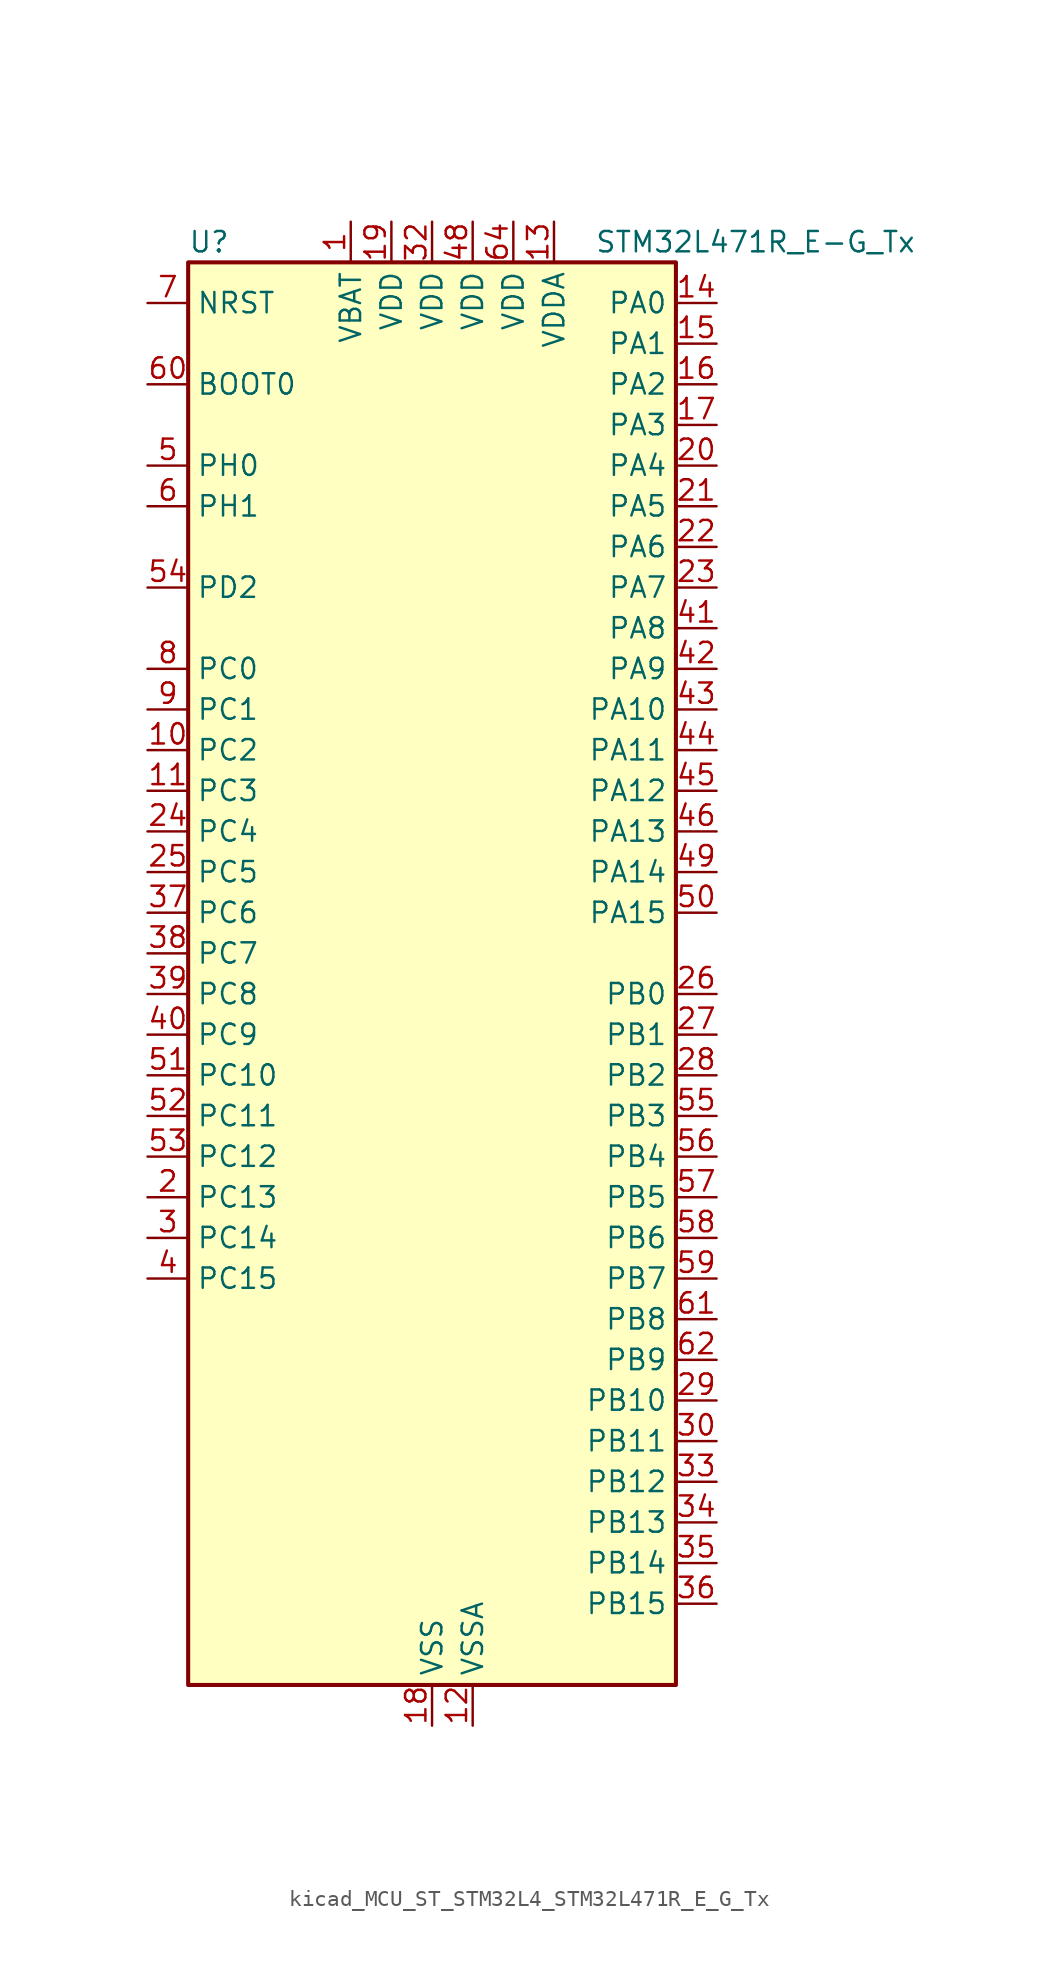
<source format=kicad_sym>
(kicad_symbol_lib
  (version 20220914)
  (generator kicad_symbol_editor)
  (symbol "kicad_MCU_ST_STM32L4_STM32L471R_E_G_Tx"
    (property "Reference" "U"
      (at -15.24 46.99 0)
      (effects (font (size 1.27 1.27)) (justify left)))
    (property "Value" "STM32L471R_E-G_Tx"
      (at 10.16 46.99 0)
      (effects (font (size 1.27 1.27)) (justify left)))
    (property "ki_locked" ""
      (at 0 0 0)
      (effects (font (size 1.27 1.27))))
    (symbol "kicad_MCU_ST_STM32L4_STM32L471R_E_G_Tx_0_1"
      (rectangle (start -15.24 -43.18) (end 15.24 45.72) (stroke (width 0.254) (type default)) (fill (type background))))
    (symbol "kicad_MCU_ST_STM32L4_STM32L471R_E_G_Tx_1_1"
      (pin power_in line (at -5.08 48.26 270) (length 2.54) (name "VBAT" (effects (font (size 1.27 1.27)))) (number "1" (effects (font (size 1.27 1.27)))))
      (pin bidirectional line (at -17.78 15.24 0) (length 2.54) (name "PC2" (effects (font (size 1.27 1.27)))) (number "10" (effects (font (size 1.27 1.27)))) (alternate "ADC1_IN3" bidirectional line) (alternate "ADC2_IN3" bidirectional line) (alternate "ADC3_IN3" bidirectional line) (alternate "DFSDM1_CKOUT" bidirectional line) (alternate "LPTIM1_IN2" bidirectional line) (alternate "SPI2_MISO" bidirectional line))
      (pin bidirectional line (at -17.78 12.7 0) (length 2.54) (name "PC3" (effects (font (size 1.27 1.27)))) (number "11" (effects (font (size 1.27 1.27)))) (alternate "ADC1_IN4" bidirectional line) (alternate "ADC2_IN4" bidirectional line) (alternate "ADC3_IN4" bidirectional line) (alternate "LPTIM1_ETR" bidirectional line) (alternate "LPTIM2_ETR" bidirectional line) (alternate "SAI1_SD_A" bidirectional line) (alternate "SPI2_MOSI" bidirectional line))
      (pin power_in line (at 2.54 -45.72 90) (length 2.54) (name "VSSA" (effects (font (size 1.27 1.27)))) (number "12" (effects (font (size 1.27 1.27)))))
      (pin power_in line (at 7.62 48.26 270) (length 2.54) (name "VDDA" (effects (font (size 1.27 1.27)))) (number "13" (effects (font (size 1.27 1.27)))))
      (pin bidirectional line (at 17.78 43.18 180) (length 2.54) (name "PA0" (effects (font (size 1.27 1.27)))) (number "14" (effects (font (size 1.27 1.27)))) (alternate "ADC1_IN5" bidirectional line) (alternate "ADC2_IN5" bidirectional line) (alternate "OPAMP1_VINP" bidirectional line) (alternate "RTC_TAMP2" bidirectional line) (alternate "SAI1_EXTCLK" bidirectional line) (alternate "SYS_WKUP1" bidirectional line) (alternate "TIM2_CH1" bidirectional line) (alternate "TIM2_ETR" bidirectional line) (alternate "TIM5_CH1" bidirectional line) (alternate "TIM8_ETR" bidirectional line) (alternate "UART4_TX" bidirectional line) (alternate "USART2_CTS" bidirectional line))
      (pin bidirectional line (at 17.78 40.64 180) (length 2.54) (name "PA1" (effects (font (size 1.27 1.27)))) (number "15" (effects (font (size 1.27 1.27)))) (alternate "ADC1_IN6" bidirectional line) (alternate "ADC2_IN6" bidirectional line) (alternate "OPAMP1_VINM" bidirectional line) (alternate "TIM15_CH1N" bidirectional line) (alternate "TIM2_CH2" bidirectional line) (alternate "TIM5_CH2" bidirectional line) (alternate "UART4_RX" bidirectional line) (alternate "USART2_DE" bidirectional line) (alternate "USART2_RTS" bidirectional line))
      (pin bidirectional line (at 17.78 38.1 180) (length 2.54) (name "PA2" (effects (font (size 1.27 1.27)))) (number "16" (effects (font (size 1.27 1.27)))) (alternate "ADC1_IN7" bidirectional line) (alternate "ADC2_IN7" bidirectional line) (alternate "RCC_LSCO" bidirectional line) (alternate "SAI2_EXTCLK" bidirectional line) (alternate "SYS_WKUP4" bidirectional line) (alternate "TIM15_CH1" bidirectional line) (alternate "TIM2_CH3" bidirectional line) (alternate "TIM5_CH3" bidirectional line) (alternate "USART2_TX" bidirectional line))
      (pin bidirectional line (at 17.78 35.56 180) (length 2.54) (name "PA3" (effects (font (size 1.27 1.27)))) (number "17" (effects (font (size 1.27 1.27)))) (alternate "ADC1_IN8" bidirectional line) (alternate "ADC2_IN8" bidirectional line) (alternate "OPAMP1_VOUT" bidirectional line) (alternate "TIM15_CH2" bidirectional line) (alternate "TIM2_CH4" bidirectional line) (alternate "TIM5_CH4" bidirectional line) (alternate "USART2_RX" bidirectional line))
      (pin power_in line (at 0 -45.72 90) (length 2.54) (name "VSS" (effects (font (size 1.27 1.27)))) (number "18" (effects (font (size 1.27 1.27)))))
      (pin power_in line (at -2.54 48.26 270) (length 2.54) (name "VDD" (effects (font (size 1.27 1.27)))) (number "19" (effects (font (size 1.27 1.27)))))
      (pin bidirectional line (at -17.78 -12.7 0) (length 2.54) (name "PC13" (effects (font (size 1.27 1.27)))) (number "2" (effects (font (size 1.27 1.27)))) (alternate "RTC_OUT_ALARM" bidirectional line) (alternate "RTC_OUT_CALIB" bidirectional line) (alternate "RTC_TAMP1" bidirectional line) (alternate "RTC_TS" bidirectional line) (alternate "SYS_WKUP2" bidirectional line))
      (pin bidirectional line (at 17.78 33.02 180) (length 2.54) (name "PA4" (effects (font (size 1.27 1.27)))) (number "20" (effects (font (size 1.27 1.27)))) (alternate "ADC1_IN9" bidirectional line) (alternate "ADC2_IN9" bidirectional line) (alternate "DAC1_OUT1" bidirectional line) (alternate "LPTIM2_OUT" bidirectional line) (alternate "SAI1_FS_B" bidirectional line) (alternate "SPI1_NSS" bidirectional line) (alternate "SPI3_NSS" bidirectional line) (alternate "USART2_CK" bidirectional line))
      (pin bidirectional line (at 17.78 30.48 180) (length 2.54) (name "PA5" (effects (font (size 1.27 1.27)))) (number "21" (effects (font (size 1.27 1.27)))) (alternate "ADC1_IN10" bidirectional line) (alternate "ADC2_IN10" bidirectional line) (alternate "DAC1_OUT2" bidirectional line) (alternate "LPTIM2_ETR" bidirectional line) (alternate "SPI1_SCK" bidirectional line) (alternate "TIM2_CH1" bidirectional line) (alternate "TIM2_ETR" bidirectional line) (alternate "TIM8_CH1N" bidirectional line))
      (pin bidirectional line (at 17.78 27.94 180) (length 2.54) (name "PA6" (effects (font (size 1.27 1.27)))) (number "22" (effects (font (size 1.27 1.27)))) (alternate "ADC1_IN11" bidirectional line) (alternate "ADC2_IN11" bidirectional line) (alternate "OPAMP2_VINP" bidirectional line) (alternate "QUADSPI_BK1_IO3" bidirectional line) (alternate "SPI1_MISO" bidirectional line) (alternate "TIM16_CH1" bidirectional line) (alternate "TIM1_BKIN" bidirectional line) (alternate "TIM1_BKIN_COMP2" bidirectional line) (alternate "TIM3_CH1" bidirectional line) (alternate "TIM8_BKIN" bidirectional line) (alternate "TIM8_BKIN_COMP2" bidirectional line) (alternate "USART3_CTS" bidirectional line))
      (pin bidirectional line (at 17.78 25.4 180) (length 2.54) (name "PA7" (effects (font (size 1.27 1.27)))) (number "23" (effects (font (size 1.27 1.27)))) (alternate "ADC1_IN12" bidirectional line) (alternate "ADC2_IN12" bidirectional line) (alternate "OPAMP2_VINM" bidirectional line) (alternate "QUADSPI_BK1_IO2" bidirectional line) (alternate "SPI1_MOSI" bidirectional line) (alternate "TIM17_CH1" bidirectional line) (alternate "TIM1_CH1N" bidirectional line) (alternate "TIM3_CH2" bidirectional line) (alternate "TIM8_CH1N" bidirectional line))
      (pin bidirectional line (at -17.78 10.16 0) (length 2.54) (name "PC4" (effects (font (size 1.27 1.27)))) (number "24" (effects (font (size 1.27 1.27)))) (alternate "ADC1_IN13" bidirectional line) (alternate "ADC2_IN13" bidirectional line) (alternate "COMP1_INM" bidirectional line) (alternate "USART3_TX" bidirectional line))
      (pin bidirectional line (at -17.78 7.62 0) (length 2.54) (name "PC5" (effects (font (size 1.27 1.27)))) (number "25" (effects (font (size 1.27 1.27)))) (alternate "ADC1_IN14" bidirectional line) (alternate "ADC2_IN14" bidirectional line) (alternate "COMP1_INP" bidirectional line) (alternate "SYS_WKUP5" bidirectional line) (alternate "USART3_RX" bidirectional line))
      (pin bidirectional line (at 17.78 0 180) (length 2.54) (name "PB0" (effects (font (size 1.27 1.27)))) (number "26" (effects (font (size 1.27 1.27)))) (alternate "ADC1_IN15" bidirectional line) (alternate "ADC2_IN15" bidirectional line) (alternate "COMP1_OUT" bidirectional line) (alternate "OPAMP2_VOUT" bidirectional line) (alternate "QUADSPI_BK1_IO1" bidirectional line) (alternate "TIM1_CH2N" bidirectional line) (alternate "TIM3_CH3" bidirectional line) (alternate "TIM8_CH2N" bidirectional line) (alternate "USART3_CK" bidirectional line))
      (pin bidirectional line (at 17.78 -2.54 180) (length 2.54) (name "PB1" (effects (font (size 1.27 1.27)))) (number "27" (effects (font (size 1.27 1.27)))) (alternate "ADC1_IN16" bidirectional line) (alternate "ADC2_IN16" bidirectional line) (alternate "COMP1_INM" bidirectional line) (alternate "DFSDM1_DATIN0" bidirectional line) (alternate "LPTIM2_IN1" bidirectional line) (alternate "QUADSPI_BK1_IO0" bidirectional line) (alternate "TIM1_CH3N" bidirectional line) (alternate "TIM3_CH4" bidirectional line) (alternate "TIM8_CH3N" bidirectional line) (alternate "USART3_DE" bidirectional line) (alternate "USART3_RTS" bidirectional line))
      (pin bidirectional line (at 17.78 -5.08 180) (length 2.54) (name "PB2" (effects (font (size 1.27 1.27)))) (number "28" (effects (font (size 1.27 1.27)))) (alternate "COMP1_INP" bidirectional line) (alternate "DFSDM1_CKIN0" bidirectional line) (alternate "I2C3_SMBA" bidirectional line) (alternate "LPTIM1_OUT" bidirectional line) (alternate "RTC_OUT_ALARM" bidirectional line) (alternate "RTC_OUT_CALIB" bidirectional line))
      (pin bidirectional line (at 17.78 -25.4 180) (length 2.54) (name "PB10" (effects (font (size 1.27 1.27)))) (number "29" (effects (font (size 1.27 1.27)))) (alternate "COMP1_OUT" bidirectional line) (alternate "DFSDM1_DATIN7" bidirectional line) (alternate "I2C2_SCL" bidirectional line) (alternate "LPUART1_RX" bidirectional line) (alternate "QUADSPI_CLK" bidirectional line) (alternate "SAI1_SCK_A" bidirectional line) (alternate "SPI2_SCK" bidirectional line) (alternate "TIM2_CH3" bidirectional line) (alternate "USART3_TX" bidirectional line))
      (pin bidirectional line (at -17.78 -15.24 0) (length 2.54) (name "PC14" (effects (font (size 1.27 1.27)))) (number "3" (effects (font (size 1.27 1.27)))) (alternate "RCC_OSC32_IN" bidirectional line))
      (pin bidirectional line (at 17.78 -27.94 180) (length 2.54) (name "PB11" (effects (font (size 1.27 1.27)))) (number "30" (effects (font (size 1.27 1.27)))) (alternate "ADC1_EXTI11" bidirectional line) (alternate "ADC2_EXTI11" bidirectional line) (alternate "ADC3_EXTI11" bidirectional line) (alternate "COMP2_OUT" bidirectional line) (alternate "DFSDM1_CKIN7" bidirectional line) (alternate "I2C2_SDA" bidirectional line) (alternate "LPUART1_TX" bidirectional line) (alternate "QUADSPI_NCS" bidirectional line) (alternate "TIM2_CH4" bidirectional line) (alternate "USART3_RX" bidirectional line))
      (pin passive line (at 0 -45.72 90) (length 2.54) hide (name "VSS" (effects (font (size 1.27 1.27)))) (number "31" (effects (font (size 1.27 1.27)))))
      (pin power_in line (at 0 48.26 270) (length 2.54) (name "VDD" (effects (font (size 1.27 1.27)))) (number "32" (effects (font (size 1.27 1.27)))))
      (pin bidirectional line (at 17.78 -30.48 180) (length 2.54) (name "PB12" (effects (font (size 1.27 1.27)))) (number "33" (effects (font (size 1.27 1.27)))) (alternate "DFSDM1_DATIN1" bidirectional line) (alternate "I2C2_SMBA" bidirectional line) (alternate "LPUART1_DE" bidirectional line) (alternate "LPUART1_RTS" bidirectional line) (alternate "SAI2_FS_A" bidirectional line) (alternate "SPI2_NSS" bidirectional line) (alternate "SWPMI1_IO" bidirectional line) (alternate "TIM15_BKIN" bidirectional line) (alternate "TIM1_BKIN" bidirectional line) (alternate "TIM1_BKIN_COMP2" bidirectional line) (alternate "TSC_G1_IO1" bidirectional line) (alternate "USART3_CK" bidirectional line))
      (pin bidirectional line (at 17.78 -33.02 180) (length 2.54) (name "PB13" (effects (font (size 1.27 1.27)))) (number "34" (effects (font (size 1.27 1.27)))) (alternate "DFSDM1_CKIN1" bidirectional line) (alternate "I2C2_SCL" bidirectional line) (alternate "LPUART1_CTS" bidirectional line) (alternate "SAI2_SCK_A" bidirectional line) (alternate "SPI2_SCK" bidirectional line) (alternate "SWPMI1_TX" bidirectional line) (alternate "TIM15_CH1N" bidirectional line) (alternate "TIM1_CH1N" bidirectional line) (alternate "TSC_G1_IO2" bidirectional line) (alternate "USART3_CTS" bidirectional line))
      (pin bidirectional line (at 17.78 -35.56 180) (length 2.54) (name "PB14" (effects (font (size 1.27 1.27)))) (number "35" (effects (font (size 1.27 1.27)))) (alternate "DFSDM1_DATIN2" bidirectional line) (alternate "I2C2_SDA" bidirectional line) (alternate "SAI2_MCLK_A" bidirectional line) (alternate "SPI2_MISO" bidirectional line) (alternate "SWPMI1_RX" bidirectional line) (alternate "TIM15_CH1" bidirectional line) (alternate "TIM1_CH2N" bidirectional line) (alternate "TIM8_CH2N" bidirectional line) (alternate "TSC_G1_IO3" bidirectional line) (alternate "USART3_DE" bidirectional line) (alternate "USART3_RTS" bidirectional line))
      (pin bidirectional line (at 17.78 -38.1 180) (length 2.54) (name "PB15" (effects (font (size 1.27 1.27)))) (number "36" (effects (font (size 1.27 1.27)))) (alternate "ADC1_EXTI15" bidirectional line) (alternate "ADC2_EXTI15" bidirectional line) (alternate "ADC3_EXTI15" bidirectional line) (alternate "DFSDM1_CKIN2" bidirectional line) (alternate "RTC_REFIN" bidirectional line) (alternate "SAI2_SD_A" bidirectional line) (alternate "SPI2_MOSI" bidirectional line) (alternate "SWPMI1_SUSPEND" bidirectional line) (alternate "TIM15_CH2" bidirectional line) (alternate "TIM1_CH3N" bidirectional line) (alternate "TIM8_CH3N" bidirectional line) (alternate "TSC_G1_IO4" bidirectional line))
      (pin bidirectional line (at -17.78 5.08 0) (length 2.54) (name "PC6" (effects (font (size 1.27 1.27)))) (number "37" (effects (font (size 1.27 1.27)))) (alternate "DFSDM1_CKIN3" bidirectional line) (alternate "SAI2_MCLK_A" bidirectional line) (alternate "SDMMC1_D6" bidirectional line) (alternate "TIM3_CH1" bidirectional line) (alternate "TIM8_CH1" bidirectional line) (alternate "TSC_G4_IO1" bidirectional line))
      (pin bidirectional line (at -17.78 2.54 0) (length 2.54) (name "PC7" (effects (font (size 1.27 1.27)))) (number "38" (effects (font (size 1.27 1.27)))) (alternate "DFSDM1_DATIN3" bidirectional line) (alternate "SAI2_MCLK_B" bidirectional line) (alternate "SDMMC1_D7" bidirectional line) (alternate "TIM3_CH2" bidirectional line) (alternate "TIM8_CH2" bidirectional line) (alternate "TSC_G4_IO2" bidirectional line))
      (pin bidirectional line (at -17.78 0 0) (length 2.54) (name "PC8" (effects (font (size 1.27 1.27)))) (number "39" (effects (font (size 1.27 1.27)))) (alternate "SDMMC1_D0" bidirectional line) (alternate "TIM3_CH3" bidirectional line) (alternate "TIM8_CH3" bidirectional line) (alternate "TSC_G4_IO3" bidirectional line))
      (pin bidirectional line (at -17.78 -17.78 0) (length 2.54) (name "PC15" (effects (font (size 1.27 1.27)))) (number "4" (effects (font (size 1.27 1.27)))) (alternate "ADC1_EXTI15" bidirectional line) (alternate "ADC2_EXTI15" bidirectional line) (alternate "ADC3_EXTI15" bidirectional line) (alternate "RCC_OSC32_OUT" bidirectional line))
      (pin bidirectional line (at -17.78 -2.54 0) (length 2.54) (name "PC9" (effects (font (size 1.27 1.27)))) (number "40" (effects (font (size 1.27 1.27)))) (alternate "DAC1_EXTI9" bidirectional line) (alternate "SAI2_EXTCLK" bidirectional line) (alternate "SDMMC1_D1" bidirectional line) (alternate "TIM3_CH4" bidirectional line) (alternate "TIM8_BKIN2" bidirectional line) (alternate "TIM8_BKIN2_COMP1" bidirectional line) (alternate "TIM8_CH4" bidirectional line) (alternate "TSC_G4_IO4" bidirectional line))
      (pin bidirectional line (at 17.78 22.86 180) (length 2.54) (name "PA8" (effects (font (size 1.27 1.27)))) (number "41" (effects (font (size 1.27 1.27)))) (alternate "LPTIM2_OUT" bidirectional line) (alternate "RCC_MCO" bidirectional line) (alternate "TIM1_CH1" bidirectional line) (alternate "USART1_CK" bidirectional line))
      (pin bidirectional line (at 17.78 20.32 180) (length 2.54) (name "PA9" (effects (font (size 1.27 1.27)))) (number "42" (effects (font (size 1.27 1.27)))) (alternate "DAC1_EXTI9" bidirectional line) (alternate "TIM15_BKIN" bidirectional line) (alternate "TIM1_CH2" bidirectional line) (alternate "USART1_TX" bidirectional line))
      (pin bidirectional line (at 17.78 17.78 180) (length 2.54) (name "PA10" (effects (font (size 1.27 1.27)))) (number "43" (effects (font (size 1.27 1.27)))) (alternate "TIM17_BKIN" bidirectional line) (alternate "TIM1_CH3" bidirectional line) (alternate "USART1_RX" bidirectional line))
      (pin bidirectional line (at 17.78 15.24 180) (length 2.54) (name "PA11" (effects (font (size 1.27 1.27)))) (number "44" (effects (font (size 1.27 1.27)))) (alternate "ADC1_EXTI11" bidirectional line) (alternate "ADC2_EXTI11" bidirectional line) (alternate "ADC3_EXTI11" bidirectional line) (alternate "CAN1_RX" bidirectional line) (alternate "TIM1_BKIN2" bidirectional line) (alternate "TIM1_BKIN2_COMP1" bidirectional line) (alternate "TIM1_CH4" bidirectional line) (alternate "USART1_CTS" bidirectional line))
      (pin bidirectional line (at 17.78 12.7 180) (length 2.54) (name "PA12" (effects (font (size 1.27 1.27)))) (number "45" (effects (font (size 1.27 1.27)))) (alternate "CAN1_TX" bidirectional line) (alternate "TIM1_ETR" bidirectional line) (alternate "USART1_DE" bidirectional line) (alternate "USART1_RTS" bidirectional line))
      (pin bidirectional line (at 17.78 10.16 180) (length 2.54) (name "PA13" (effects (font (size 1.27 1.27)))) (number "46" (effects (font (size 1.27 1.27)))) (alternate "IR_OUT" bidirectional line) (alternate "SYS_JTMS-SWDIO" bidirectional line))
      (pin passive line (at 0 -45.72 90) (length 2.54) hide (name "VSS" (effects (font (size 1.27 1.27)))) (number "47" (effects (font (size 1.27 1.27)))))
      (pin power_in line (at 2.54 48.26 270) (length 2.54) (name "VDD" (effects (font (size 1.27 1.27)))) (number "48" (effects (font (size 1.27 1.27)))))
      (pin bidirectional line (at 17.78 7.62 180) (length 2.54) (name "PA14" (effects (font (size 1.27 1.27)))) (number "49" (effects (font (size 1.27 1.27)))) (alternate "SYS_JTCK-SWCLK" bidirectional line))
      (pin bidirectional line (at -17.78 33.02 0) (length 2.54) (name "PH0" (effects (font (size 1.27 1.27)))) (number "5" (effects (font (size 1.27 1.27)))) (alternate "RCC_OSC_IN" bidirectional line))
      (pin bidirectional line (at 17.78 5.08 180) (length 2.54) (name "PA15" (effects (font (size 1.27 1.27)))) (number "50" (effects (font (size 1.27 1.27)))) (alternate "ADC1_EXTI15" bidirectional line) (alternate "ADC2_EXTI15" bidirectional line) (alternate "ADC3_EXTI15" bidirectional line) (alternate "SAI2_FS_B" bidirectional line) (alternate "SPI1_NSS" bidirectional line) (alternate "SPI3_NSS" bidirectional line) (alternate "SYS_JTDI" bidirectional line) (alternate "TIM2_CH1" bidirectional line) (alternate "TIM2_ETR" bidirectional line) (alternate "TSC_G3_IO1" bidirectional line) (alternate "UART4_DE" bidirectional line) (alternate "UART4_RTS" bidirectional line))
      (pin bidirectional line (at -17.78 -5.08 0) (length 2.54) (name "PC10" (effects (font (size 1.27 1.27)))) (number "51" (effects (font (size 1.27 1.27)))) (alternate "SAI2_SCK_B" bidirectional line) (alternate "SDMMC1_D2" bidirectional line) (alternate "SPI3_SCK" bidirectional line) (alternate "TSC_G3_IO2" bidirectional line) (alternate "UART4_TX" bidirectional line) (alternate "USART3_TX" bidirectional line))
      (pin bidirectional line (at -17.78 -7.62 0) (length 2.54) (name "PC11" (effects (font (size 1.27 1.27)))) (number "52" (effects (font (size 1.27 1.27)))) (alternate "ADC1_EXTI11" bidirectional line) (alternate "ADC2_EXTI11" bidirectional line) (alternate "ADC3_EXTI11" bidirectional line) (alternate "SAI2_MCLK_B" bidirectional line) (alternate "SDMMC1_D3" bidirectional line) (alternate "SPI3_MISO" bidirectional line) (alternate "TSC_G3_IO3" bidirectional line) (alternate "UART4_RX" bidirectional line) (alternate "USART3_RX" bidirectional line))
      (pin bidirectional line (at -17.78 -10.16 0) (length 2.54) (name "PC12" (effects (font (size 1.27 1.27)))) (number "53" (effects (font (size 1.27 1.27)))) (alternate "SAI2_SD_B" bidirectional line) (alternate "SDMMC1_CK" bidirectional line) (alternate "SPI3_MOSI" bidirectional line) (alternate "TSC_G3_IO4" bidirectional line) (alternate "UART5_TX" bidirectional line) (alternate "USART3_CK" bidirectional line))
      (pin bidirectional line (at -17.78 25.4 0) (length 2.54) (name "PD2" (effects (font (size 1.27 1.27)))) (number "54" (effects (font (size 1.27 1.27)))) (alternate "SDMMC1_CMD" bidirectional line) (alternate "TIM3_ETR" bidirectional line) (alternate "TSC_SYNC" bidirectional line) (alternate "UART5_RX" bidirectional line) (alternate "USART3_DE" bidirectional line) (alternate "USART3_RTS" bidirectional line))
      (pin bidirectional line (at 17.78 -7.62 180) (length 2.54) (name "PB3" (effects (font (size 1.27 1.27)))) (number "55" (effects (font (size 1.27 1.27)))) (alternate "COMP2_INM" bidirectional line) (alternate "SAI1_SCK_B" bidirectional line) (alternate "SPI1_SCK" bidirectional line) (alternate "SPI3_SCK" bidirectional line) (alternate "SYS_JTDO-SWO" bidirectional line) (alternate "TIM2_CH2" bidirectional line) (alternate "USART1_DE" bidirectional line) (alternate "USART1_RTS" bidirectional line))
      (pin bidirectional line (at 17.78 -10.16 180) (length 2.54) (name "PB4" (effects (font (size 1.27 1.27)))) (number "56" (effects (font (size 1.27 1.27)))) (alternate "COMP2_INP" bidirectional line) (alternate "SAI1_MCLK_B" bidirectional line) (alternate "SPI1_MISO" bidirectional line) (alternate "SPI3_MISO" bidirectional line) (alternate "SYS_JTRST" bidirectional line) (alternate "TIM17_BKIN" bidirectional line) (alternate "TIM3_CH1" bidirectional line) (alternate "TSC_G2_IO1" bidirectional line) (alternate "UART5_DE" bidirectional line) (alternate "UART5_RTS" bidirectional line) (alternate "USART1_CTS" bidirectional line))
      (pin bidirectional line (at 17.78 -12.7 180) (length 2.54) (name "PB5" (effects (font (size 1.27 1.27)))) (number "57" (effects (font (size 1.27 1.27)))) (alternate "COMP2_OUT" bidirectional line) (alternate "I2C1_SMBA" bidirectional line) (alternate "LPTIM1_IN1" bidirectional line) (alternate "SAI1_SD_B" bidirectional line) (alternate "SPI1_MOSI" bidirectional line) (alternate "SPI3_MOSI" bidirectional line) (alternate "TIM16_BKIN" bidirectional line) (alternate "TIM3_CH2" bidirectional line) (alternate "TSC_G2_IO2" bidirectional line) (alternate "UART5_CTS" bidirectional line) (alternate "USART1_CK" bidirectional line))
      (pin bidirectional line (at 17.78 -15.24 180) (length 2.54) (name "PB6" (effects (font (size 1.27 1.27)))) (number "58" (effects (font (size 1.27 1.27)))) (alternate "COMP2_INP" bidirectional line) (alternate "DFSDM1_DATIN5" bidirectional line) (alternate "I2C1_SCL" bidirectional line) (alternate "LPTIM1_ETR" bidirectional line) (alternate "SAI1_FS_B" bidirectional line) (alternate "TIM16_CH1N" bidirectional line) (alternate "TIM4_CH1" bidirectional line) (alternate "TIM8_BKIN2" bidirectional line) (alternate "TIM8_BKIN2_COMP2" bidirectional line) (alternate "TSC_G2_IO3" bidirectional line) (alternate "USART1_TX" bidirectional line))
      (pin bidirectional line (at 17.78 -17.78 180) (length 2.54) (name "PB7" (effects (font (size 1.27 1.27)))) (number "59" (effects (font (size 1.27 1.27)))) (alternate "COMP2_INM" bidirectional line) (alternate "DFSDM1_CKIN5" bidirectional line) (alternate "I2C1_SDA" bidirectional line) (alternate "LPTIM1_IN2" bidirectional line) (alternate "SYS_PVD_IN" bidirectional line) (alternate "TIM17_CH1N" bidirectional line) (alternate "TIM4_CH2" bidirectional line) (alternate "TIM8_BKIN" bidirectional line) (alternate "TIM8_BKIN_COMP1" bidirectional line) (alternate "TSC_G2_IO4" bidirectional line) (alternate "UART4_CTS" bidirectional line) (alternate "USART1_RX" bidirectional line))
      (pin bidirectional line (at -17.78 30.48 0) (length 2.54) (name "PH1" (effects (font (size 1.27 1.27)))) (number "6" (effects (font (size 1.27 1.27)))) (alternate "RCC_OSC_OUT" bidirectional line))
      (pin input line (at -17.78 38.1 0) (length 2.54) (name "BOOT0" (effects (font (size 1.27 1.27)))) (number "60" (effects (font (size 1.27 1.27)))))
      (pin bidirectional line (at 17.78 -20.32 180) (length 2.54) (name "PB8" (effects (font (size 1.27 1.27)))) (number "61" (effects (font (size 1.27 1.27)))) (alternate "CAN1_RX" bidirectional line) (alternate "DFSDM1_DATIN6" bidirectional line) (alternate "I2C1_SCL" bidirectional line) (alternate "SAI1_MCLK_A" bidirectional line) (alternate "SDMMC1_D4" bidirectional line) (alternate "TIM16_CH1" bidirectional line) (alternate "TIM4_CH3" bidirectional line))
      (pin bidirectional line (at 17.78 -22.86 180) (length 2.54) (name "PB9" (effects (font (size 1.27 1.27)))) (number "62" (effects (font (size 1.27 1.27)))) (alternate "CAN1_TX" bidirectional line) (alternate "DAC1_EXTI9" bidirectional line) (alternate "DFSDM1_CKIN6" bidirectional line) (alternate "I2C1_SDA" bidirectional line) (alternate "IR_OUT" bidirectional line) (alternate "SAI1_FS_A" bidirectional line) (alternate "SDMMC1_D5" bidirectional line) (alternate "SPI2_NSS" bidirectional line) (alternate "TIM17_CH1" bidirectional line) (alternate "TIM4_CH4" bidirectional line))
      (pin passive line (at 0 -45.72 90) (length 2.54) hide (name "VSS" (effects (font (size 1.27 1.27)))) (number "63" (effects (font (size 1.27 1.27)))))
      (pin power_in line (at 5.08 48.26 270) (length 2.54) (name "VDD" (effects (font (size 1.27 1.27)))) (number "64" (effects (font (size 1.27 1.27)))))
      (pin input line (at -17.78 43.18 0) (length 2.54) (name "NRST" (effects (font (size 1.27 1.27)))) (number "7" (effects (font (size 1.27 1.27)))))
      (pin bidirectional line (at -17.78 20.32 0) (length 2.54) (name "PC0" (effects (font (size 1.27 1.27)))) (number "8" (effects (font (size 1.27 1.27)))) (alternate "ADC1_IN1" bidirectional line) (alternate "ADC2_IN1" bidirectional line) (alternate "ADC3_IN1" bidirectional line) (alternate "DFSDM1_DATIN4" bidirectional line) (alternate "I2C3_SCL" bidirectional line) (alternate "LPTIM1_IN1" bidirectional line) (alternate "LPTIM2_IN1" bidirectional line) (alternate "LPUART1_RX" bidirectional line))
      (pin bidirectional line (at -17.78 17.78 0) (length 2.54) (name "PC1" (effects (font (size 1.27 1.27)))) (number "9" (effects (font (size 1.27 1.27)))) (alternate "ADC1_IN2" bidirectional line) (alternate "ADC2_IN2" bidirectional line) (alternate "ADC3_IN2" bidirectional line) (alternate "DFSDM1_CKIN4" bidirectional line) (alternate "I2C3_SDA" bidirectional line) (alternate "LPTIM1_OUT" bidirectional line) (alternate "LPUART1_TX" bidirectional line)))))
</source>
